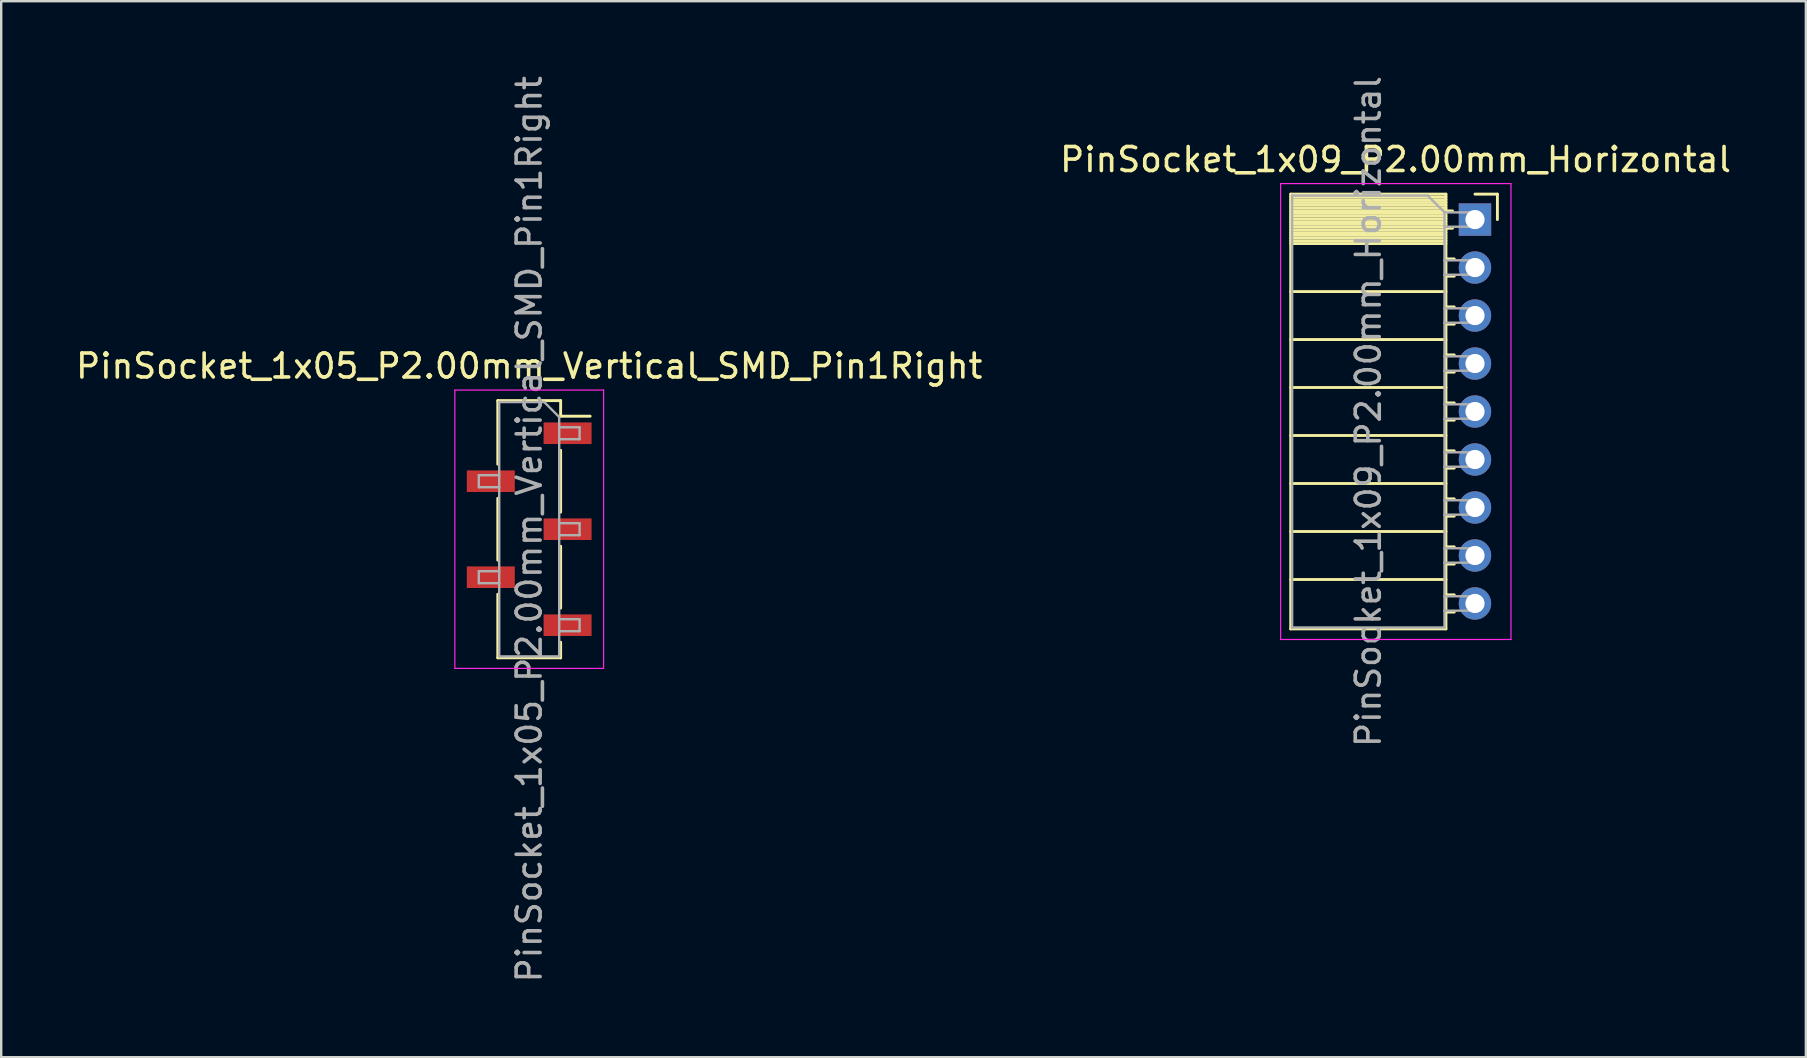
<source format=kicad_pcb>
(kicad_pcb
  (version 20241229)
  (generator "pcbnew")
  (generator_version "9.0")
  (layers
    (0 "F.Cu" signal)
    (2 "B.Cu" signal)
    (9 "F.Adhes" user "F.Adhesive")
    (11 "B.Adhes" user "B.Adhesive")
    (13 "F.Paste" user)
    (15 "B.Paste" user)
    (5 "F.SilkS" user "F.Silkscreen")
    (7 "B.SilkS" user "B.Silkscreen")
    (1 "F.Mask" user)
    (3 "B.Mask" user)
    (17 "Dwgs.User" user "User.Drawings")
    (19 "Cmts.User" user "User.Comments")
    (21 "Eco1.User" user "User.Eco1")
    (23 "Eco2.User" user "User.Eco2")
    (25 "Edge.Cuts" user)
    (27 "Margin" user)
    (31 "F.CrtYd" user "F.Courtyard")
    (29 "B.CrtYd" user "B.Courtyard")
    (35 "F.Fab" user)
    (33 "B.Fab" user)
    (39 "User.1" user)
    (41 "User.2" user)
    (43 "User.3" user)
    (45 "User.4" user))
  (footprint "PinSocket_1x05_P2.00mm_Vertical_SMD_Pin1Right"
    (layer "F.Cu")
    (at 19.006 19.006)
    (property "Reference" "PinSocket_1x05_P2.00mm_Vertical_SMD_Pin1Right" (at 0 -6.8 0) (layer "F.SilkS") (effects (font (size 1 1) (thickness 0.15))))
    (attr smd)
    (fp_line (start -1.31 -5.36) (end -1.31 -2.71) (stroke (width 0.12) (type solid)) (layer "F.SilkS"))
    (fp_line (start -1.31 -5.36) (end 1.31 -5.36) (stroke (width 0.12) (type solid)) (layer "F.SilkS"))
    (fp_line (start -1.31 -1.29) (end -1.31 1.29) (stroke (width 0.12) (type solid)) (layer "F.SilkS"))
    (fp_line (start -1.31 2.71) (end -1.31 5.36) (stroke (width 0.12) (type solid)) (layer "F.SilkS"))
    (fp_line (start -1.31 5.36) (end 1.31 5.36) (stroke (width 0.12) (type solid)) (layer "F.SilkS"))
    (fp_line (start 1.31 -5.36) (end 1.31 -4.71) (stroke (width 0.12) (type solid)) (layer "F.SilkS"))
    (fp_line (start 1.31 -4.71) (end 2.54 -4.71) (stroke (width 0.12) (type solid)) (layer "F.SilkS"))
    (fp_line (start 1.31 -3.29) (end 1.31 -0.71) (stroke (width 0.12) (type solid)) (layer "F.SilkS"))
    (fp_line (start 1.31 0.71) (end 1.31 3.29) (stroke (width 0.12) (type solid)) (layer "F.SilkS"))
    (fp_line (start 1.31 4.71) (end 1.31 5.36) (stroke (width 0.12) (type solid)) (layer "F.SilkS"))
    (fp_line (start -3.1 -5.8) (end 3.1 -5.8) (stroke (width 0.05) (type solid)) (layer "F.CrtYd"))
    (fp_line (start -3.1 5.8) (end -3.1 -5.8) (stroke (width 0.05) (type solid)) (layer "F.CrtYd"))
    (fp_line (start 3.1 -5.8) (end 3.1 5.8) (stroke (width 0.05) (type solid)) (layer "F.CrtYd"))
    (fp_line (start 3.1 5.8) (end -3.1 5.8) (stroke (width 0.05) (type solid)) (layer "F.CrtYd"))
    (fp_line (start -2.1 -2.25) (end -1.25 -2.25) (stroke (width 0.1) (type solid)) (layer "F.Fab"))
    (fp_line (start -2.1 -1.75) (end -2.1 -2.25) (stroke (width 0.1) (type solid)) (layer "F.Fab"))
    (fp_line (start -2.1 1.75) (end -1.25 1.75) (stroke (width 0.1) (type solid)) (layer "F.Fab"))
    (fp_line (start -2.1 2.25) (end -2.1 1.75) (stroke (width 0.1) (type solid)) (layer "F.Fab"))
    (fp_line (start -1.25 -5.3) (end 0.625 -5.3) (stroke (width 0.1) (type solid)) (layer "F.Fab"))
    (fp_line (start -1.25 -1.75) (end -2.1 -1.75) (stroke (width 0.1) (type solid)) (layer "F.Fab"))
    (fp_line (start -1.25 2.25) (end -2.1 2.25) (stroke (width 0.1) (type solid)) (layer "F.Fab"))
    (fp_line (start -1.25 5.3) (end -1.25 -5.3) (stroke (width 0.1) (type solid)) (layer "F.Fab"))
    (fp_line (start 0.625 -5.3) (end 1.25 -4.675) (stroke (width 0.1) (type solid)) (layer "F.Fab"))
    (fp_line (start 1.25 -4.675) (end 1.25 5.3) (stroke (width 0.1) (type solid)) (layer "F.Fab"))
    (fp_line (start 1.25 -4.25) (end 2.1 -4.25) (stroke (width 0.1) (type solid)) (layer "F.Fab"))
    (fp_line (start 1.25 -0.25) (end 2.1 -0.25) (stroke (width 0.1) (type solid)) (layer "F.Fab"))
    (fp_line (start 1.25 3.75) (end 2.1 3.75) (stroke (width 0.1) (type solid)) (layer "F.Fab"))
    (fp_line (start 1.25 5.3) (end -1.25 5.3) (stroke (width 0.1) (type solid)) (layer "F.Fab"))
    (fp_line (start 2.1 -4.25) (end 2.1 -3.75) (stroke (width 0.1) (type solid)) (layer "F.Fab"))
    (fp_line (start 2.1 -3.75) (end 1.25 -3.75) (stroke (width 0.1) (type solid)) (layer "F.Fab"))
    (fp_line (start 2.1 -0.25) (end 2.1 0.25) (stroke (width 0.1) (type solid)) (layer "F.Fab"))
    (fp_line (start 2.1 0.25) (end 1.25 0.25) (stroke (width 0.1) (type solid)) (layer "F.Fab"))
    (fp_line (start 2.1 3.75) (end 2.1 4.25) (stroke (width 0.1) (type solid)) (layer "F.Fab"))
    (fp_line (start 2.1 4.25) (end 1.25 4.25) (stroke (width 0.1) (type solid)) (layer "F.Fab"))
    (fp_text user "${REFERENCE}" (at 0 0 90) (layer "F.Fab") (effects (font (size 1 1) (thickness 0.15))))
    (pad "1" smd rect (at 1.6 -4) (size 2 0.9) (layers "F.Cu" "F.Mask" "F.Paste"))
    (pad "2" smd rect (at -1.6 -2) (size 2 0.9) (layers "F.Cu" "F.Mask" "F.Paste"))
    (pad "3" smd rect (at 1.6 0) (size 2 0.9) (layers "F.Cu" "F.Mask" "F.Paste"))
    (pad "4" smd rect (at -1.6 2) (size 2 0.9) (layers "F.Cu" "F.Mask" "F.Paste"))
    (pad "5" smd rect (at 1.6 4) (size 2 0.9) (layers "F.Cu" "F.Mask" "F.Paste")))
  (footprint "PinSocket_1x09_P2.00mm_Horizontal"
    (layer "F.Cu")
    (at 58.423 6.101)
    (property "Reference" "PinSocket_1x09_P2.00mm_Horizontal" (at -3.31 -2.5 0) (layer "F.SilkS") (effects (font (size 1 1) (thickness 0.15))))
    (attr through_hole)
    (fp_line (start -7.68 -1.06) (end -7.68 17.06) (stroke (width 0.12) (type solid)) (layer "F.SilkS"))
    (fp_line (start -7.68 -1.06) (end -1.21 -1.06) (stroke (width 0.12) (type solid)) (layer "F.SilkS"))
    (fp_line (start -7.68 -0.94) (end -1.21 -0.94) (stroke (width 0.12) (type solid)) (layer "F.SilkS"))
    (fp_line (start -7.68 -0.826) (end -1.21 -0.826) (stroke (width 0.12) (type solid)) (layer "F.SilkS"))
    (fp_line (start -7.68 -0.712) (end -1.21 -0.712) (stroke (width 0.12) (type solid)) (layer "F.SilkS"))
    (fp_line (start -7.68 -0.598) (end -1.21 -0.598) (stroke (width 0.12) (type solid)) (layer "F.SilkS"))
    (fp_line (start -7.68 -0.484) (end -1.21 -0.484) (stroke (width 0.12) (type solid)) (layer "F.SilkS"))
    (fp_line (start -7.68 -0.369) (end -1.21 -0.369) (stroke (width 0.12) (type solid)) (layer "F.SilkS"))
    (fp_line (start -7.68 -0.255) (end -1.21 -0.255) (stroke (width 0.12) (type solid)) (layer "F.SilkS"))
    (fp_line (start -7.68 -0.141) (end -1.21 -0.141) (stroke (width 0.12) (type solid)) (layer "F.SilkS"))
    (fp_line (start -7.68 -0.027) (end -1.21 -0.027) (stroke (width 0.12) (type solid)) (layer "F.SilkS"))
    (fp_line (start -7.68 0.087) (end -1.21 0.087) (stroke (width 0.12) (type solid)) (layer "F.SilkS"))
    (fp_line (start -7.68 0.201) (end -1.21 0.201) (stroke (width 0.12) (type solid)) (layer "F.SilkS"))
    (fp_line (start -7.68 0.315) (end -1.21 0.315) (stroke (width 0.12) (type solid)) (layer "F.SilkS"))
    (fp_line (start -7.68 0.429) (end -1.21 0.429) (stroke (width 0.12) (type solid)) (layer "F.SilkS"))
    (fp_line (start -7.68 0.544) (end -1.21 0.544) (stroke (width 0.12) (type solid)) (layer "F.SilkS"))
    (fp_line (start -7.68 0.658) (end -1.21 0.658) (stroke (width 0.12) (type solid)) (layer "F.SilkS"))
    (fp_line (start -7.68 0.772) (end -1.21 0.772) (stroke (width 0.12) (type solid)) (layer "F.SilkS"))
    (fp_line (start -7.68 0.886) (end -1.21 0.886) (stroke (width 0.12) (type solid)) (layer "F.SilkS"))
    (fp_line (start -7.68 1) (end -1.21 1) (stroke (width 0.12) (type solid)) (layer "F.SilkS"))
    (fp_line (start -7.68 3) (end -1.21 3) (stroke (width 0.12) (type solid)) (layer "F.SilkS"))
    (fp_line (start -7.68 5) (end -1.21 5) (stroke (width 0.12) (type solid)) (layer "F.SilkS"))
    (fp_line (start -7.68 7) (end -1.21 7) (stroke (width 0.12) (type solid)) (layer "F.SilkS"))
    (fp_line (start -7.68 9) (end -1.21 9) (stroke (width 0.12) (type solid)) (layer "F.SilkS"))
    (fp_line (start -7.68 11) (end -1.21 11) (stroke (width 0.12) (type solid)) (layer "F.SilkS"))
    (fp_line (start -7.68 13) (end -1.21 13) (stroke (width 0.12) (type solid)) (layer "F.SilkS"))
    (fp_line (start -7.68 15) (end -1.21 15) (stroke (width 0.12) (type solid)) (layer "F.SilkS"))
    (fp_line (start -7.68 17.06) (end -1.21 17.06) (stroke (width 0.12) (type solid)) (layer "F.SilkS"))
    (fp_line (start -1.21 -1.06) (end -1.21 17.06) (stroke (width 0.12) (type solid)) (layer "F.SilkS"))
    (fp_line (start -1.21 -0.36) (end -0.935 -0.36) (stroke (width 0.12) (type solid)) (layer "F.SilkS"))
    (fp_line (start -1.21 0.36) (end -0.935 0.36) (stroke (width 0.12) (type solid)) (layer "F.SilkS"))
    (fp_line (start -1.21 1.64) (end -0.863 1.64) (stroke (width 0.12) (type solid)) (layer "F.SilkS"))
    (fp_line (start -1.21 2.36) (end -0.863 2.36) (stroke (width 0.12) (type solid)) (layer "F.SilkS"))
    (fp_line (start -1.21 3.64) (end -0.863 3.64) (stroke (width 0.12) (type solid)) (layer "F.SilkS"))
    (fp_line (start -1.21 4.36) (end -0.863 4.36) (stroke (width 0.12) (type solid)) (layer "F.SilkS"))
    (fp_line (start -1.21 5.64) (end -0.863 5.64) (stroke (width 0.12) (type solid)) (layer "F.SilkS"))
    (fp_line (start -1.21 6.36) (end -0.863 6.36) (stroke (width 0.12) (type solid)) (layer "F.SilkS"))
    (fp_line (start -1.21 7.64) (end -0.863 7.64) (stroke (width 0.12) (type solid)) (layer "F.SilkS"))
    (fp_line (start -1.21 8.36) (end -0.863 8.36) (stroke (width 0.12) (type solid)) (layer "F.SilkS"))
    (fp_line (start -1.21 9.64) (end -0.863 9.64) (stroke (width 0.12) (type solid)) (layer "F.SilkS"))
    (fp_line (start -1.21 10.36) (end -0.863 10.36) (stroke (width 0.12) (type solid)) (layer "F.SilkS"))
    (fp_line (start -1.21 11.64) (end -0.863 11.64) (stroke (width 0.12) (type solid)) (layer "F.SilkS"))
    (fp_line (start -1.21 12.36) (end -0.863 12.36) (stroke (width 0.12) (type solid)) (layer "F.SilkS"))
    (fp_line (start -1.21 13.64) (end -0.863 13.64) (stroke (width 0.12) (type solid)) (layer "F.SilkS"))
    (fp_line (start -1.21 14.36) (end -0.863 14.36) (stroke (width 0.12) (type solid)) (layer "F.SilkS"))
    (fp_line (start -1.21 15.64) (end -0.863 15.64) (stroke (width 0.12) (type solid)) (layer "F.SilkS"))
    (fp_line (start -1.21 16.36) (end -0.863 16.36) (stroke (width 0.12) (type solid)) (layer "F.SilkS"))
    (fp_line (start 0 -1.06) (end 0.935 -1.06) (stroke (width 0.12) (type solid)) (layer "F.SilkS"))
    (fp_line (start 0.935 -1.06) (end 0.935 0) (stroke (width 0.12) (type solid)) (layer "F.SilkS"))
    (fp_line (start -8.1 -1.5) (end -8.1 17.5) (stroke (width 0.05) (type solid)) (layer "F.CrtYd"))
    (fp_line (start -8.1 17.5) (end 1.5 17.5) (stroke (width 0.05) (type solid)) (layer "F.CrtYd"))
    (fp_line (start 1.5 -1.5) (end -8.1 -1.5) (stroke (width 0.05) (type solid)) (layer "F.CrtYd"))
    (fp_line (start 1.5 17.5) (end 1.5 -1.5) (stroke (width 0.05) (type solid)) (layer "F.CrtYd"))
    (fp_line (start -7.62 -1) (end -1.97 -1) (stroke (width 0.1) (type solid)) (layer "F.Fab"))
    (fp_line (start -7.62 17) (end -7.62 -1) (stroke (width 0.1) (type solid)) (layer "F.Fab"))
    (fp_line (start -1.97 -1) (end -1.27 -0.3) (stroke (width 0.1) (type solid)) (layer "F.Fab"))
    (fp_line (start -1.27 -0.3) (end -1.27 17) (stroke (width 0.1) (type solid)) (layer "F.Fab"))
    (fp_line (start -1.27 0.3) (end 0 0.3) (stroke (width 0.1) (type solid)) (layer "F.Fab"))
    (fp_line (start -1.27 2.3) (end 0 2.3) (stroke (width 0.1) (type solid)) (layer "F.Fab"))
    (fp_line (start -1.27 4.3) (end 0 4.3) (stroke (width 0.1) (type solid)) (layer "F.Fab"))
    (fp_line (start -1.27 6.3) (end 0 6.3) (stroke (width 0.1) (type solid)) (layer "F.Fab"))
    (fp_line (start -1.27 8.3) (end 0 8.3) (stroke (width 0.1) (type solid)) (layer "F.Fab"))
    (fp_line (start -1.27 10.3) (end 0 10.3) (stroke (width 0.1) (type solid)) (layer "F.Fab"))
    (fp_line (start -1.27 12.3) (end 0 12.3) (stroke (width 0.1) (type solid)) (layer "F.Fab"))
    (fp_line (start -1.27 14.3) (end 0 14.3) (stroke (width 0.1) (type solid)) (layer "F.Fab"))
    (fp_line (start -1.27 16.3) (end 0 16.3) (stroke (width 0.1) (type solid)) (layer "F.Fab"))
    (fp_line (start -1.27 17) (end -7.62 17) (stroke (width 0.1) (type solid)) (layer "F.Fab"))
    (fp_line (start 0 -0.3) (end -1.27 -0.3) (stroke (width 0.1) (type solid)) (layer "F.Fab"))
    (fp_line (start 0 0.3) (end 0 -0.3) (stroke (width 0.1) (type solid)) (layer "F.Fab"))
    (fp_line (start 0 1.7) (end -1.27 1.7) (stroke (width 0.1) (type solid)) (layer "F.Fab"))
    (fp_line (start 0 2.3) (end 0 1.7) (stroke (width 0.1) (type solid)) (layer "F.Fab"))
    (fp_line (start 0 3.7) (end -1.27 3.7) (stroke (width 0.1) (type solid)) (layer "F.Fab"))
    (fp_line (start 0 4.3) (end 0 3.7) (stroke (width 0.1) (type solid)) (layer "F.Fab"))
    (fp_line (start 0 5.7) (end -1.27 5.7) (stroke (width 0.1) (type solid)) (layer "F.Fab"))
    (fp_line (start 0 6.3) (end 0 5.7) (stroke (width 0.1) (type solid)) (layer "F.Fab"))
    (fp_line (start 0 7.7) (end -1.27 7.7) (stroke (width 0.1) (type solid)) (layer "F.Fab"))
    (fp_line (start 0 8.3) (end 0 7.7) (stroke (width 0.1) (type solid)) (layer "F.Fab"))
    (fp_line (start 0 9.7) (end -1.27 9.7) (stroke (width 0.1) (type solid)) (layer "F.Fab"))
    (fp_line (start 0 10.3) (end 0 9.7) (stroke (width 0.1) (type solid)) (layer "F.Fab"))
    (fp_line (start 0 11.7) (end -1.27 11.7) (stroke (width 0.1) (type solid)) (layer "F.Fab"))
    (fp_line (start 0 12.3) (end 0 11.7) (stroke (width 0.1) (type solid)) (layer "F.Fab"))
    (fp_line (start 0 13.7) (end -1.27 13.7) (stroke (width 0.1) (type solid)) (layer "F.Fab"))
    (fp_line (start 0 14.3) (end 0 13.7) (stroke (width 0.1) (type solid)) (layer "F.Fab"))
    (fp_line (start 0 15.7) (end -1.27 15.7) (stroke (width 0.1) (type solid)) (layer "F.Fab"))
    (fp_line (start 0 16.3) (end 0 15.7) (stroke (width 0.1) (type solid)) (layer "F.Fab"))
    (fp_text user "${REFERENCE}" (at -4.445 8 90) (layer "F.Fab") (effects (font (size 1 1) (thickness 0.15))))
    (pad "1" thru_hole rect (at 0 0) (size 1.35 1.35) (drill 0.8) (layers "*.Cu" "*.Mask"))
    (pad "2" thru_hole circle (at 0 2) (size 1.35 1.35) (drill 0.8) (layers "*.Cu" "*.Mask"))
    (pad "3" thru_hole circle (at 0 4) (size 1.35 1.35) (drill 0.8) (layers "*.Cu" "*.Mask"))
    (pad "4" thru_hole circle (at 0 6) (size 1.35 1.35) (drill 0.8) (layers "*.Cu" "*.Mask"))
    (pad "5" thru_hole circle (at 0 8) (size 1.35 1.35) (drill 0.8) (layers "*.Cu" "*.Mask"))
    (pad "6" thru_hole circle (at 0 10) (size 1.35 1.35) (drill 0.8) (layers "*.Cu" "*.Mask"))
    (pad "7" thru_hole circle (at 0 12) (size 1.35 1.35) (drill 0.8) (layers "*.Cu" "*.Mask"))
    (pad "8" thru_hole circle (at 0 14) (size 1.35 1.35) (drill 0.8) (layers "*.Cu" "*.Mask"))
    (pad "9" thru_hole circle (at 0 16) (size 1.35 1.35) (drill 0.8) (layers "*.Cu" "*.Mask")))
  (gr_rect
    (start -3 -3)
    (end 72.214 41.012)
    (stroke (width 0.1) (type default))
    (fill no)
    (layer "Edge.Cuts")))
</source>
